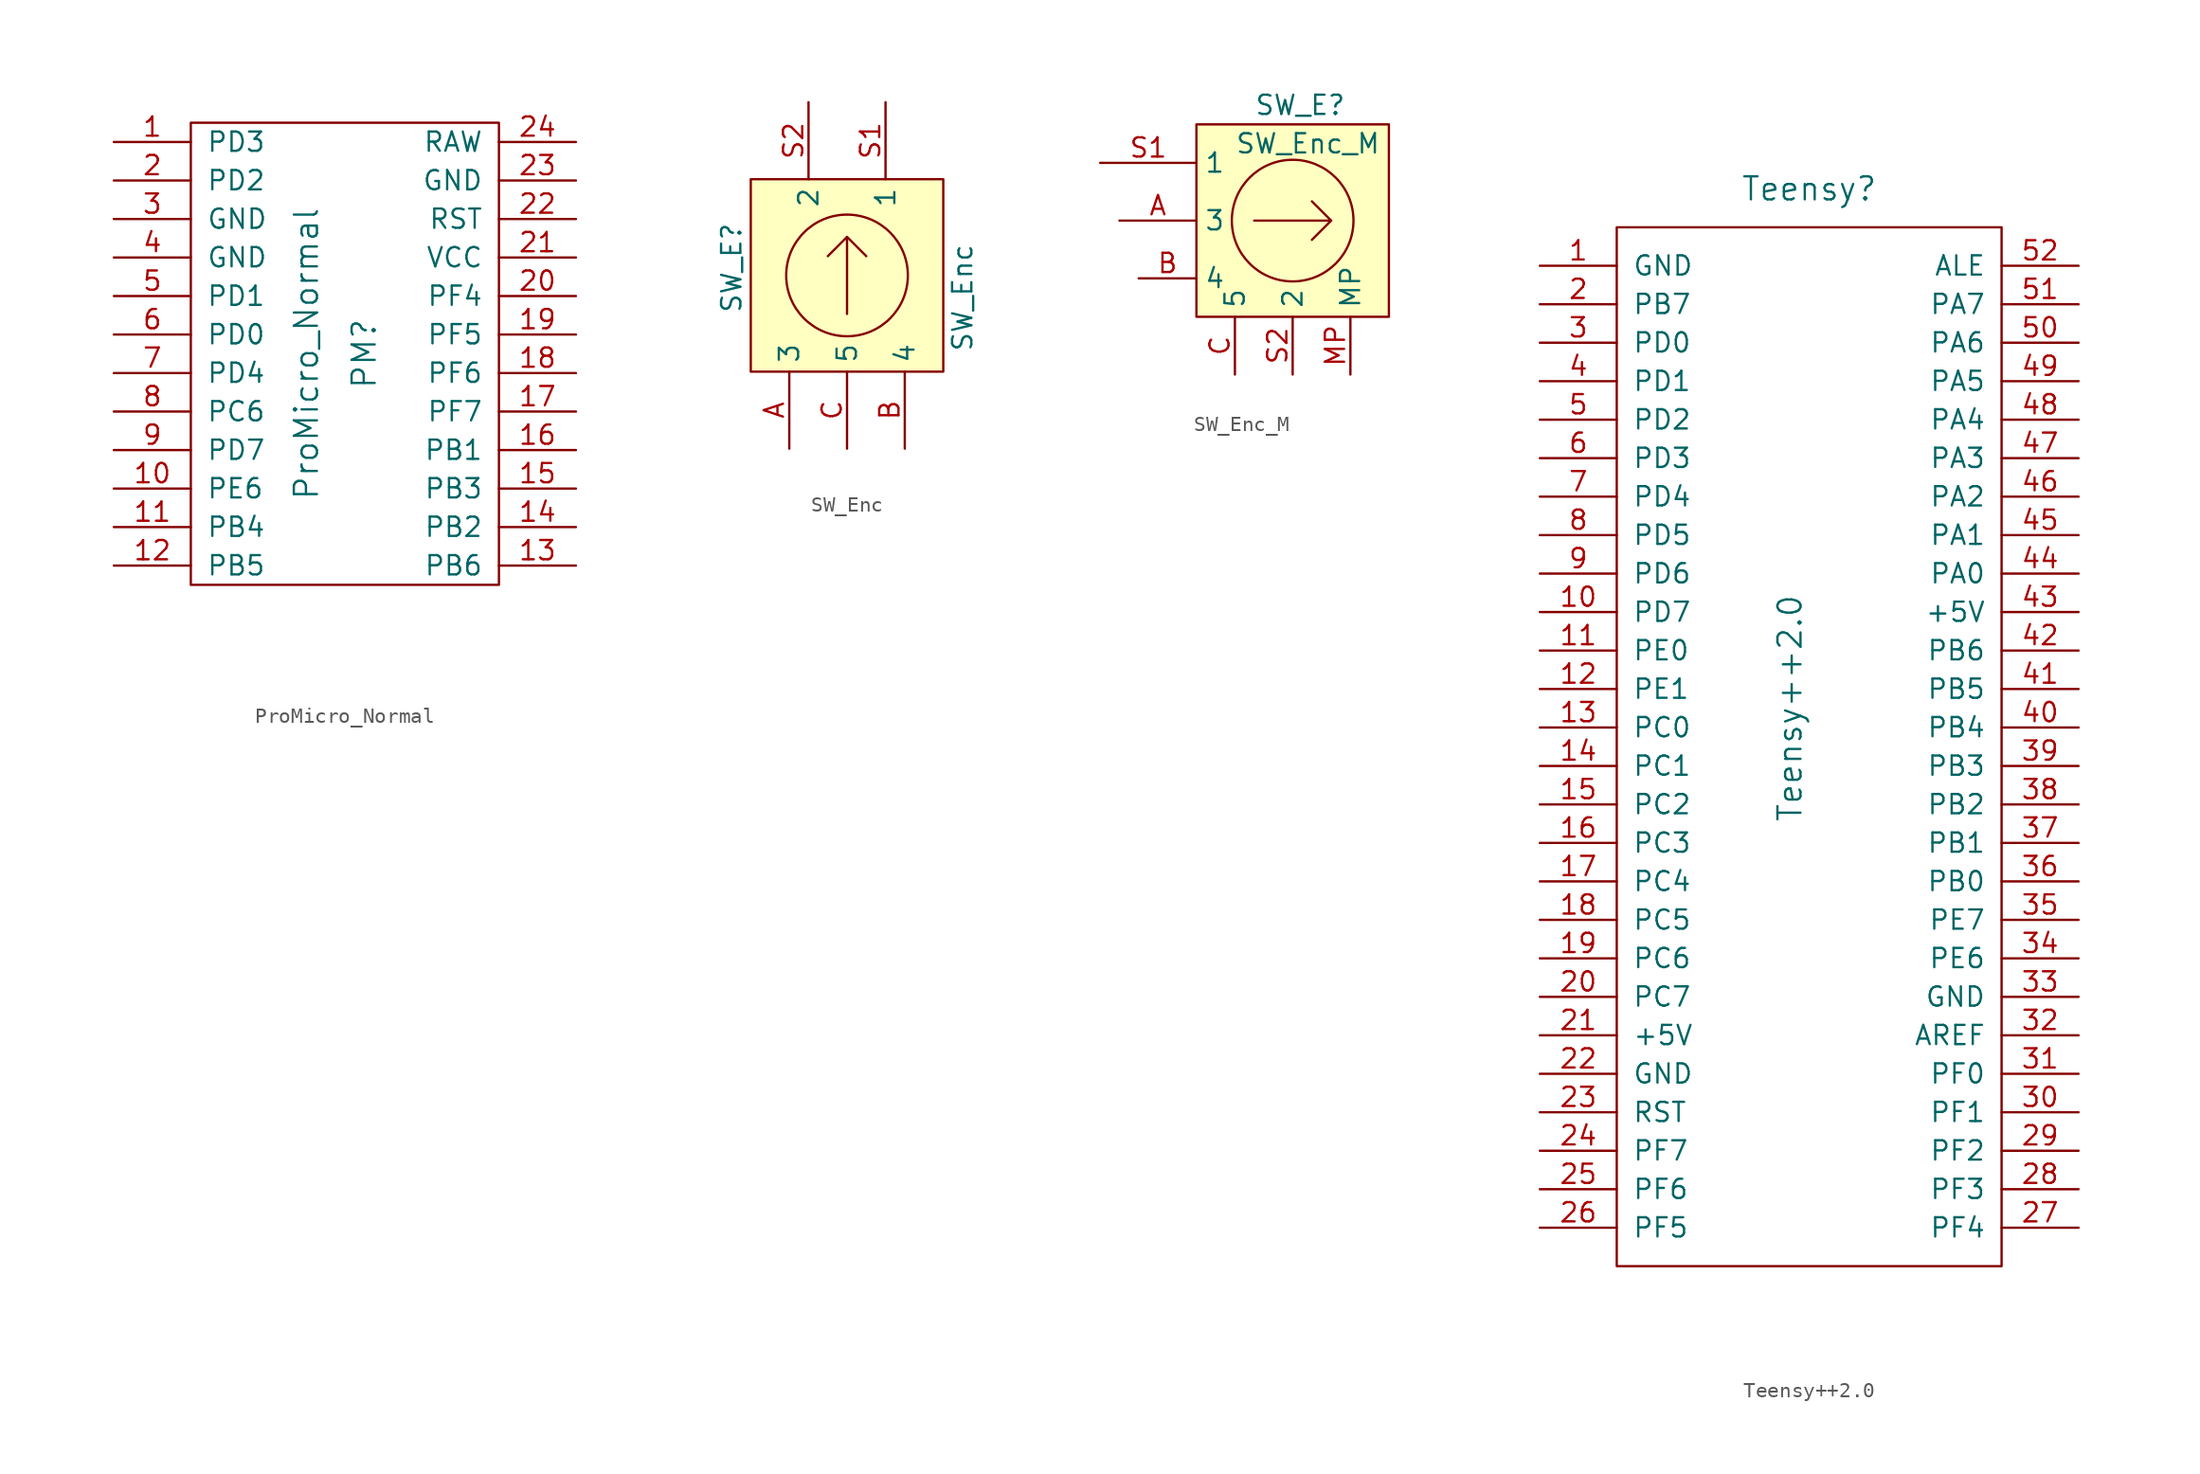
<source format=kicad_sym>
(kicad_symbol_lib
  (version 20211014)
  (generator kicad_symbol_editor)
  (symbol "ProMicro_Normal"
    (pin_names
      (offset 1.016))
    (property "Reference" "PM"
      (at 1.27 0 90)
      (effects (font (size 1.524 1.524))))
    (property "Value" "ProMicro_Normal"
      (at -2.54 0 90)
      (effects (font (size 1.524 1.524))))
    (property "Datasheet" ""
      (at 0 -19.05 0)
      (effects (font (size 1.524 1.524))))
    (symbol "ProMicro_Normal_0_1"
      (rectangle (start -10.16 15.24) (end 10.16 -15.24) (stroke (width 0) (type default) (color 0 0 0 0)) (fill (type none))))
    (symbol "ProMicro_Normal_1_1"
      (pin passive line (at -15.24 13.97 0) (length 5.08) (name "PD3" (effects (font (size 1.27 1.27)))) (number "1" (effects (font (size 1.27 1.27)))))
      (pin passive line (at -15.24 -8.89 0) (length 5.08) (name "PE6" (effects (font (size 1.27 1.27)))) (number "10" (effects (font (size 1.27 1.27)))))
      (pin passive line (at -15.24 -11.43 0) (length 5.08) (name "PB4" (effects (font (size 1.27 1.27)))) (number "11" (effects (font (size 1.27 1.27)))))
      (pin passive line (at -15.24 -13.97 0) (length 5.08) (name "PB5" (effects (font (size 1.27 1.27)))) (number "12" (effects (font (size 1.27 1.27)))))
      (pin passive line (at 15.24 -13.97 180) (length 5.08) (name "PB6" (effects (font (size 1.27 1.27)))) (number "13" (effects (font (size 1.27 1.27)))))
      (pin passive line (at 15.24 -11.43 180) (length 5.08) (name "PB2" (effects (font (size 1.27 1.27)))) (number "14" (effects (font (size 1.27 1.27)))))
      (pin passive line (at 15.24 -8.89 180) (length 5.08) (name "PB3" (effects (font (size 1.27 1.27)))) (number "15" (effects (font (size 1.27 1.27)))))
      (pin passive line (at 15.24 -6.35 180) (length 5.08) (name "PB1" (effects (font (size 1.27 1.27)))) (number "16" (effects (font (size 1.27 1.27)))))
      (pin passive line (at 15.24 -3.81 180) (length 5.08) (name "PF7" (effects (font (size 1.27 1.27)))) (number "17" (effects (font (size 1.27 1.27)))))
      (pin passive line (at 15.24 -1.27 180) (length 5.08) (name "PF6" (effects (font (size 1.27 1.27)))) (number "18" (effects (font (size 1.27 1.27)))))
      (pin passive line (at 15.24 1.27 180) (length 5.08) (name "PF5" (effects (font (size 1.27 1.27)))) (number "19" (effects (font (size 1.27 1.27)))))
      (pin passive line (at -15.24 11.43 0) (length 5.08) (name "PD2" (effects (font (size 1.27 1.27)))) (number "2" (effects (font (size 1.27 1.27)))))
      (pin passive line (at 15.24 3.81 180) (length 5.08) (name "PF4" (effects (font (size 1.27 1.27)))) (number "20" (effects (font (size 1.27 1.27)))))
      (pin passive line (at 15.24 6.35 180) (length 5.08) (name "VCC" (effects (font (size 1.27 1.27)))) (number "21" (effects (font (size 1.27 1.27)))))
      (pin passive line (at 15.24 8.89 180) (length 5.08) (name "RST" (effects (font (size 1.27 1.27)))) (number "22" (effects (font (size 1.27 1.27)))))
      (pin passive line (at 15.24 11.43 180) (length 5.08) (name "GND" (effects (font (size 1.27 1.27)))) (number "23" (effects (font (size 1.27 1.27)))))
      (pin passive line (at 15.24 13.97 180) (length 5.08) (name "RAW" (effects (font (size 1.27 1.27)))) (number "24" (effects (font (size 1.27 1.27)))))
      (pin passive line (at -15.24 8.89 0) (length 5.08) (name "GND" (effects (font (size 1.27 1.27)))) (number "3" (effects (font (size 1.27 1.27)))))
      (pin passive line (at -15.24 6.35 0) (length 5.08) (name "GND" (effects (font (size 1.27 1.27)))) (number "4" (effects (font (size 1.27 1.27)))))
      (pin passive line (at -15.24 3.81 0) (length 5.08) (name "PD1" (effects (font (size 1.27 1.27)))) (number "5" (effects (font (size 1.27 1.27)))))
      (pin passive line (at -15.24 1.27 0) (length 5.08) (name "PD0" (effects (font (size 1.27 1.27)))) (number "6" (effects (font (size 1.27 1.27)))))
      (pin passive line (at -15.24 -1.27 0) (length 5.08) (name "PD4" (effects (font (size 1.27 1.27)))) (number "7" (effects (font (size 1.27 1.27)))))
      (pin passive line (at -15.24 -3.81 0) (length 5.08) (name "PC6" (effects (font (size 1.27 1.27)))) (number "8" (effects (font (size 1.27 1.27)))))
      (pin passive line (at -15.24 -6.35 0) (length 5.08) (name "PD7" (effects (font (size 1.27 1.27)))) (number "9" (effects (font (size 1.27 1.27)))))))
  (symbol "SW_Enc"
    (property "Reference" "SW_E"
      (at -7.62 -2.54 90)
      (effects (font (size 1.27 1.27)) (justify left)))
    (property "Value" "SW_Enc"
      (at 7.62 -5.08 90)
      (effects (font (size 1.27 1.27)) (justify left)))
    (symbol "SW_Enc_0_1"
      (rectangle (start -6.35 6.35) (end 6.35 -6.35) (stroke (width 0) (type default) (color 0 0 0 0)) (fill (type background)))
      (polyline (pts (xy 0 2.54) (xy 1.27 1.27)) (stroke (width 0) (type default) (color 0 0 0 0)) (fill (type none)))
      (polyline (pts (xy 0 -2.54) (xy 0 2.54) (xy -1.27 1.27) (xy 0 2.54)) (stroke (width 0) (type default) (color 0 0 0 0)) (fill (type none)))
      (circle (center 0 0) (radius 4.013) (stroke (width 0) (type default) (color 0 0 0 0)) (fill (type none))))
    (symbol "SW_Enc_1_1"
      (pin passive line (at -3.81 -11.43 90) (length 5.08) (name "3" (effects (font (size 1.27 1.27)))) (number "A" (effects (font (size 1.27 1.27)))))
      (pin passive line (at 3.81 -11.43 90) (length 5.08) (name "4" (effects (font (size 1.27 1.27)))) (number "B" (effects (font (size 1.27 1.27)))))
      (pin passive line (at 0 -11.43 90) (length 5.08) (name "5" (effects (font (size 1.27 1.27)))) (number "C" (effects (font (size 1.27 1.27)))))
      (pin passive line (at 2.54 11.43 270) (length 5.08) (name "1" (effects (font (size 1.27 1.27)))) (number "S1" (effects (font (size 1.27 1.27)))))
      (pin passive line (at -2.54 11.43 270) (length 5.08) (name "2" (effects (font (size 1.27 1.27)))) (number "S2" (effects (font (size 1.27 1.27)))))))
  (symbol "SW_Enc_M"
    (property "Reference" "SW_E"
      (at -2.54 7.62 0)
      (effects (font (size 1.27 1.27)) (justify left)))
    (property "Value" "SW_Enc_M"
      (at -3.81 5.08 0)
      (effects (font (size 1.27 1.27)) (justify left)))
    (symbol "SW_Enc_M_0_1"
      (polyline (pts (xy 2.54 0) (xy 1.27 -1.27)) (stroke (width 0) (type default) (color 0 0 0 0)) (fill (type none)))
      (polyline (pts (xy -2.54 0) (xy 2.54 0) (xy 1.27 1.27) (xy 2.54 0)) (stroke (width 0) (type default) (color 0 0 0 0)) (fill (type none)))
      (circle (center 0 0) (radius 4.013) (stroke (width 0) (type default) (color 0 0 0 0)) (fill (type none)))
      (rectangle (start 6.35 6.35) (end -6.35 -6.35) (stroke (width 0) (type default) (color 0 0 0 0)) (fill (type background))))
    (symbol "SW_Enc_M_1_1"
      (pin passive line (at -11.43 0 0) (length 5.08) (name "3" (effects (font (size 1.27 1.27)))) (number "A" (effects (font (size 1.27 1.27)))))
      (pin passive line (at -10.16 -3.81 0) (length 3.81) (name "4" (effects (font (size 1.27 1.27)))) (number "B" (effects (font (size 1.27 1.27)))))
      (pin passive line (at -3.81 -10.16 90) (length 3.81) (name "5" (effects (font (size 1.27 1.27)))) (number "C" (effects (font (size 1.27 1.27)))))
      (pin passive line (at 3.81 -10.16 90) (length 3.81) (name "MP" (effects (font (size 1.27 1.27)))) (number "MP" (effects (font (size 1.27 1.27)))))
      (pin passive line (at -12.7 3.81 0) (length 6.35) (name "1" (effects (font (size 1.27 1.27)))) (number "S1" (effects (font (size 1.27 1.27)))))
      (pin passive line (at 0 -10.16 90) (length 3.81) (name "2" (effects (font (size 1.27 1.27)))) (number "S2" (effects (font (size 1.27 1.27)))))))
  (symbol "Teensy++2.0"
    (pin_names
      (offset 1.016))
    (property "Reference" "Teensy"
      (at 0 34.29 0)
      (effects (font (size 1.524 1.524))))
    (property "Value" "Teensy++2.0"
      (at -1.27 0 90)
      (effects (font (size 1.524 1.524))))
    (property "Datasheet" ""
      (at 2.54 -21.59 0)
      (effects (font (size 1.524 1.524))))
    (symbol "Teensy++2.0_0_1"
      (rectangle (start -12.7 31.75) (end 12.7 -36.83) (stroke (width 0) (type default) (color 0 0 0 0)) (fill (type none))))
    (symbol "Teensy++2.0_1_1"
      (pin power_in line (at -17.78 29.21 0) (length 5.08) (name "GND" (effects (font (size 1.27 1.27)))) (number "1" (effects (font (size 1.27 1.27)))))
      (pin bidirectional line (at -17.78 6.35 0) (length 5.08) (name "PD7" (effects (font (size 1.27 1.27)))) (number "10" (effects (font (size 1.27 1.27)))))
      (pin bidirectional line (at -17.78 3.81 0) (length 5.08) (name "PE0" (effects (font (size 1.27 1.27)))) (number "11" (effects (font (size 1.27 1.27)))))
      (pin bidirectional line (at -17.78 1.27 0) (length 5.08) (name "PE1" (effects (font (size 1.27 1.27)))) (number "12" (effects (font (size 1.27 1.27)))))
      (pin bidirectional line (at -17.78 -1.27 0) (length 5.08) (name "PC0" (effects (font (size 1.27 1.27)))) (number "13" (effects (font (size 1.27 1.27)))))
      (pin bidirectional line (at -17.78 -3.81 0) (length 5.08) (name "PC1" (effects (font (size 1.27 1.27)))) (number "14" (effects (font (size 1.27 1.27)))))
      (pin bidirectional line (at -17.78 -6.35 0) (length 5.08) (name "PC2" (effects (font (size 1.27 1.27)))) (number "15" (effects (font (size 1.27 1.27)))))
      (pin bidirectional line (at -17.78 -8.89 0) (length 5.08) (name "PC3" (effects (font (size 1.27 1.27)))) (number "16" (effects (font (size 1.27 1.27)))))
      (pin bidirectional line (at -17.78 -11.43 0) (length 5.08) (name "PC4" (effects (font (size 1.27 1.27)))) (number "17" (effects (font (size 1.27 1.27)))))
      (pin bidirectional line (at -17.78 -13.97 0) (length 5.08) (name "PC5" (effects (font (size 1.27 1.27)))) (number "18" (effects (font (size 1.27 1.27)))))
      (pin bidirectional line (at -17.78 -16.51 0) (length 5.08) (name "PC6" (effects (font (size 1.27 1.27)))) (number "19" (effects (font (size 1.27 1.27)))))
      (pin bidirectional line (at -17.78 26.67 0) (length 5.08) (name "PB7" (effects (font (size 1.27 1.27)))) (number "2" (effects (font (size 1.27 1.27)))))
      (pin bidirectional line (at -17.78 -19.05 0) (length 5.08) (name "PC7" (effects (font (size 1.27 1.27)))) (number "20" (effects (font (size 1.27 1.27)))))
      (pin power_in line (at -17.78 -21.59 0) (length 5.08) (name "+5V" (effects (font (size 1.27 1.27)))) (number "21" (effects (font (size 1.27 1.27)))))
      (pin power_in line (at -17.78 -24.13 0) (length 5.08) (name "GND" (effects (font (size 1.27 1.27)))) (number "22" (effects (font (size 1.27 1.27)))))
      (pin input line (at -17.78 -26.67 0) (length 5.08) (name "RST" (effects (font (size 1.27 1.27)))) (number "23" (effects (font (size 1.27 1.27)))))
      (pin bidirectional line (at -17.78 -29.21 0) (length 5.08) (name "PF7" (effects (font (size 1.27 1.27)))) (number "24" (effects (font (size 1.27 1.27)))))
      (pin bidirectional line (at -17.78 -31.75 0) (length 5.08) (name "PF6" (effects (font (size 1.27 1.27)))) (number "25" (effects (font (size 1.27 1.27)))))
      (pin bidirectional line (at -17.78 -34.29 0) (length 5.08) (name "PF5" (effects (font (size 1.27 1.27)))) (number "26" (effects (font (size 1.27 1.27)))))
      (pin bidirectional line (at 17.78 -34.29 180) (length 5.08) (name "PF4" (effects (font (size 1.27 1.27)))) (number "27" (effects (font (size 1.27 1.27)))))
      (pin bidirectional line (at 17.78 -31.75 180) (length 5.08) (name "PF3" (effects (font (size 1.27 1.27)))) (number "28" (effects (font (size 1.27 1.27)))))
      (pin bidirectional line (at 17.78 -29.21 180) (length 5.08) (name "PF2" (effects (font (size 1.27 1.27)))) (number "29" (effects (font (size 1.27 1.27)))))
      (pin bidirectional line (at -17.78 24.13 0) (length 5.08) (name "PD0" (effects (font (size 1.27 1.27)))) (number "3" (effects (font (size 1.27 1.27)))))
      (pin bidirectional line (at 17.78 -26.67 180) (length 5.08) (name "PF1" (effects (font (size 1.27 1.27)))) (number "30" (effects (font (size 1.27 1.27)))))
      (pin bidirectional line (at 17.78 -24.13 180) (length 5.08) (name "PF0" (effects (font (size 1.27 1.27)))) (number "31" (effects (font (size 1.27 1.27)))))
      (pin input line (at 17.78 -21.59 180) (length 5.08) (name "AREF" (effects (font (size 1.27 1.27)))) (number "32" (effects (font (size 1.27 1.27)))))
      (pin power_in line (at 17.78 -19.05 180) (length 5.08) (name "GND" (effects (font (size 1.27 1.27)))) (number "33" (effects (font (size 1.27 1.27)))))
      (pin bidirectional line (at 17.78 -16.51 180) (length 5.08) (name "PE6" (effects (font (size 1.27 1.27)))) (number "34" (effects (font (size 1.27 1.27)))))
      (pin bidirectional line (at 17.78 -13.97 180) (length 5.08) (name "PE7" (effects (font (size 1.27 1.27)))) (number "35" (effects (font (size 1.27 1.27)))))
      (pin bidirectional line (at 17.78 -11.43 180) (length 5.08) (name "PB0" (effects (font (size 1.27 1.27)))) (number "36" (effects (font (size 1.27 1.27)))))
      (pin bidirectional line (at 17.78 -8.89 180) (length 5.08) (name "PB1" (effects (font (size 1.27 1.27)))) (number "37" (effects (font (size 1.27 1.27)))))
      (pin bidirectional line (at 17.78 -6.35 180) (length 5.08) (name "PB2" (effects (font (size 1.27 1.27)))) (number "38" (effects (font (size 1.27 1.27)))))
      (pin bidirectional line (at 17.78 -3.81 180) (length 5.08) (name "PB3" (effects (font (size 1.27 1.27)))) (number "39" (effects (font (size 1.27 1.27)))))
      (pin bidirectional line (at -17.78 21.59 0) (length 5.08) (name "PD1" (effects (font (size 1.27 1.27)))) (number "4" (effects (font (size 1.27 1.27)))))
      (pin bidirectional line (at 17.78 -1.27 180) (length 5.08) (name "PB4" (effects (font (size 1.27 1.27)))) (number "40" (effects (font (size 1.27 1.27)))))
      (pin bidirectional line (at 17.78 1.27 180) (length 5.08) (name "PB5" (effects (font (size 1.27 1.27)))) (number "41" (effects (font (size 1.27 1.27)))))
      (pin bidirectional line (at 17.78 3.81 180) (length 5.08) (name "PB6" (effects (font (size 1.27 1.27)))) (number "42" (effects (font (size 1.27 1.27)))))
      (pin power_in line (at 17.78 6.35 180) (length 5.08) (name "+5V" (effects (font (size 1.27 1.27)))) (number "43" (effects (font (size 1.27 1.27)))))
      (pin bidirectional line (at 17.78 8.89 180) (length 5.08) (name "PA0" (effects (font (size 1.27 1.27)))) (number "44" (effects (font (size 1.27 1.27)))))
      (pin bidirectional line (at 17.78 11.43 180) (length 5.08) (name "PA1" (effects (font (size 1.27 1.27)))) (number "45" (effects (font (size 1.27 1.27)))))
      (pin bidirectional line (at 17.78 13.97 180) (length 5.08) (name "PA2" (effects (font (size 1.27 1.27)))) (number "46" (effects (font (size 1.27 1.27)))))
      (pin bidirectional line (at 17.78 16.51 180) (length 5.08) (name "PA3" (effects (font (size 1.27 1.27)))) (number "47" (effects (font (size 1.27 1.27)))))
      (pin bidirectional line (at 17.78 19.05 180) (length 5.08) (name "PA4" (effects (font (size 1.27 1.27)))) (number "48" (effects (font (size 1.27 1.27)))))
      (pin bidirectional line (at 17.78 21.59 180) (length 5.08) (name "PA5" (effects (font (size 1.27 1.27)))) (number "49" (effects (font (size 1.27 1.27)))))
      (pin bidirectional line (at -17.78 19.05 0) (length 5.08) (name "PD2" (effects (font (size 1.27 1.27)))) (number "5" (effects (font (size 1.27 1.27)))))
      (pin bidirectional line (at 17.78 24.13 180) (length 5.08) (name "PA6" (effects (font (size 1.27 1.27)))) (number "50" (effects (font (size 1.27 1.27)))))
      (pin bidirectional line (at 17.78 26.67 180) (length 5.08) (name "PA7" (effects (font (size 1.27 1.27)))) (number "51" (effects (font (size 1.27 1.27)))))
      (pin input line (at 17.78 29.21 180) (length 5.08) (name "ALE" (effects (font (size 1.27 1.27)))) (number "52" (effects (font (size 1.27 1.27)))))
      (pin bidirectional line (at -17.78 16.51 0) (length 5.08) (name "PD3" (effects (font (size 1.27 1.27)))) (number "6" (effects (font (size 1.27 1.27)))))
      (pin bidirectional line (at -17.78 13.97 0) (length 5.08) (name "PD4" (effects (font (size 1.27 1.27)))) (number "7" (effects (font (size 1.27 1.27)))))
      (pin bidirectional line (at -17.78 11.43 0) (length 5.08) (name "PD5" (effects (font (size 1.27 1.27)))) (number "8" (effects (font (size 1.27 1.27)))))
      (pin bidirectional line (at -17.78 8.89 0) (length 5.08) (name "PD6" (effects (font (size 1.27 1.27)))) (number "9" (effects (font (size 1.27 1.27))))))))
</source>
